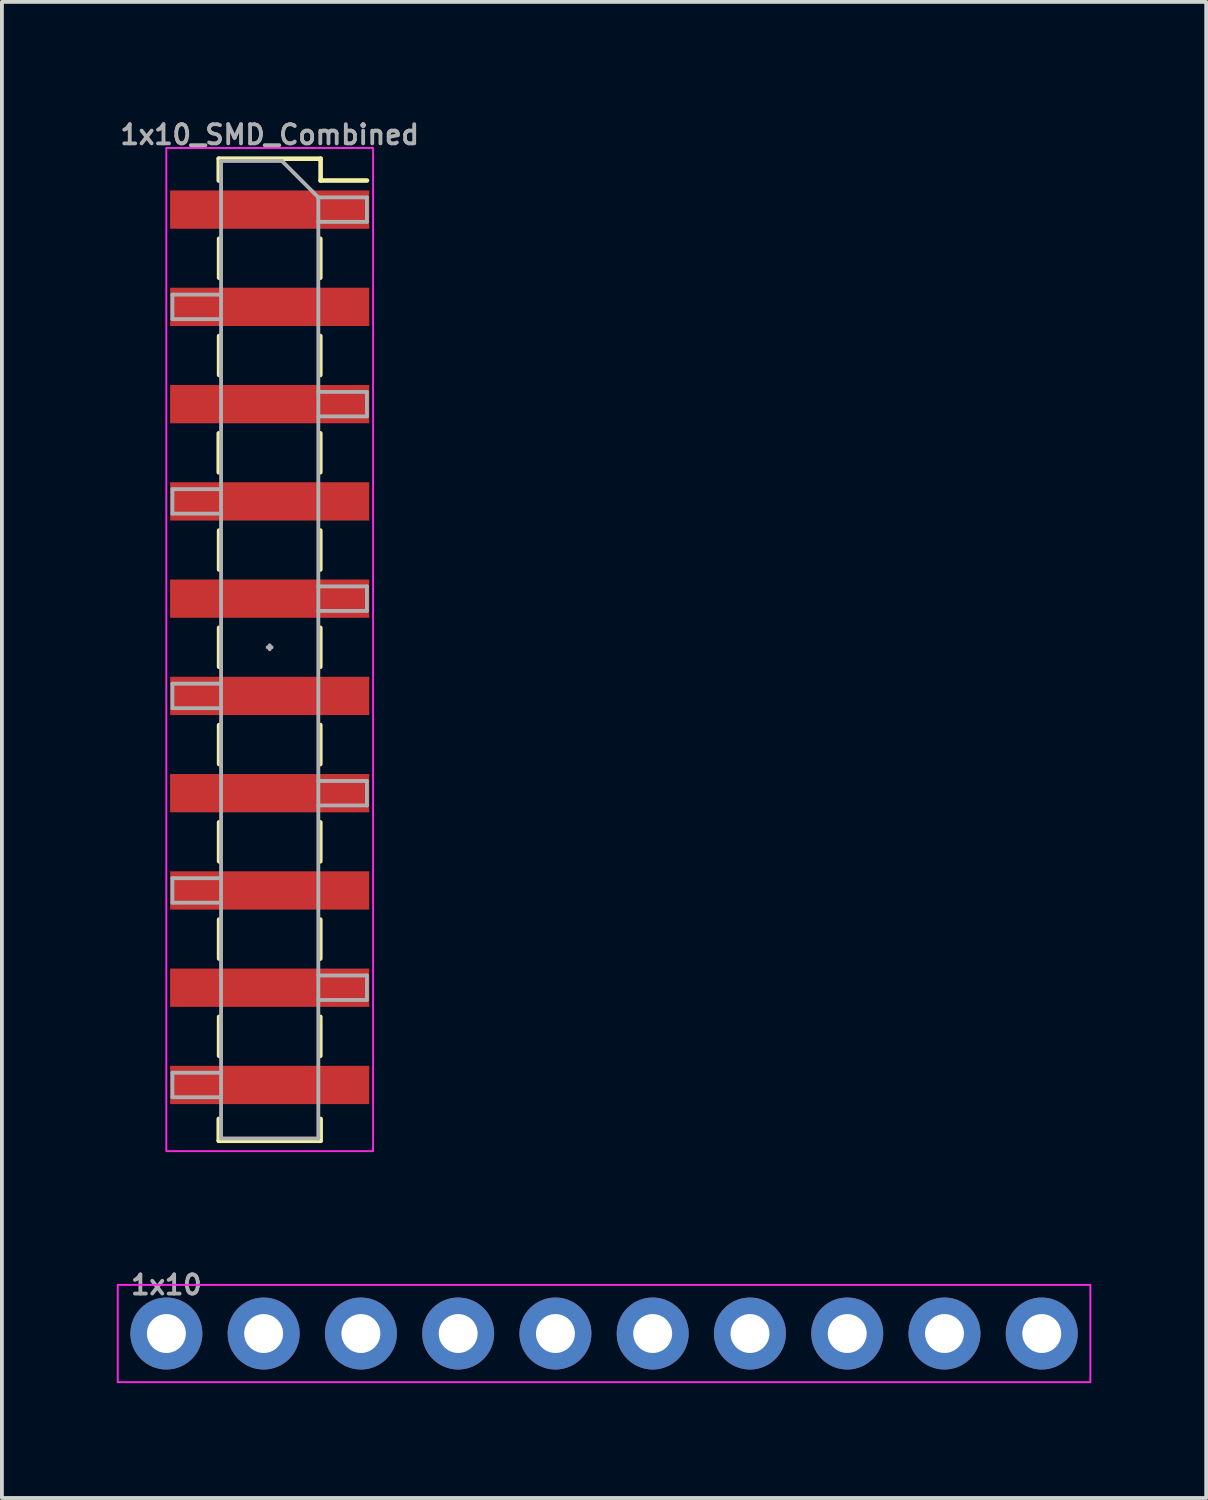
<source format=kicad_pcb>
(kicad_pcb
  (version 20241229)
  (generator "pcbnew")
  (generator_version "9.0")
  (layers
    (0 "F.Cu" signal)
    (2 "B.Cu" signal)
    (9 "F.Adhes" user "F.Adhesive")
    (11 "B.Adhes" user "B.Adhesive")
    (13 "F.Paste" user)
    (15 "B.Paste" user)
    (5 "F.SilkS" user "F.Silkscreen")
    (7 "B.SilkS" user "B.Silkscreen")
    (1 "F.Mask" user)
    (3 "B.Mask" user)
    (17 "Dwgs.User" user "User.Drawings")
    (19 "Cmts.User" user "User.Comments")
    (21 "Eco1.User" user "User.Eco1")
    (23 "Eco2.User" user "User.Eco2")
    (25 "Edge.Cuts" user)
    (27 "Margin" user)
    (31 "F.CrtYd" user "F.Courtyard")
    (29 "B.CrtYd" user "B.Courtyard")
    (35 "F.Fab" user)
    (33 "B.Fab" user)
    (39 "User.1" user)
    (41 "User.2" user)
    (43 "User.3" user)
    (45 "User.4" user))
  (footprint "1x10"
    (layer "F.Cu")
    (at 1.295 31.775)
    (property "Reference" "1x10" (at 0 -1.27 0) (layer "F.Fab") (effects (font (size 0.5 0.5) (thickness 0.1))))
    (fp_rect (start -1.27 -1.27) (end 24.13 1.27) (stroke (width 0.05) (type default)) (fill no) (layer "F.CrtYd"))
    (fp_poly (pts (xy -0.254 0.254) (xy 0.254 0.254) (xy 0.254 -0.254) (xy -0.254 -0.254)) (stroke (width 0.1) (type default)) (fill no) (layer "F.Fab"))
    (fp_poly (pts (xy 2.286 0.254) (xy 2.794 0.254) (xy 2.794 -0.254) (xy 2.286 -0.254)) (stroke (width 0.1) (type default)) (fill no) (layer "F.Fab"))
    (fp_poly (pts (xy 4.826 0.254) (xy 5.334 0.254) (xy 5.334 -0.254) (xy 4.826 -0.254)) (stroke (width 0.1) (type default)) (fill no) (layer "F.Fab"))
    (fp_poly (pts (xy 7.366 0.254) (xy 7.874 0.254) (xy 7.874 -0.254) (xy 7.366 -0.254)) (stroke (width 0.1) (type default)) (fill no) (layer "F.Fab"))
    (fp_poly (pts (xy 9.906 0.254) (xy 10.414 0.254) (xy 10.414 -0.254) (xy 9.906 -0.254)) (stroke (width 0.1) (type default)) (fill no) (layer "F.Fab"))
    (fp_poly (pts (xy 12.446 0.254) (xy 12.954 0.254) (xy 12.954 -0.254) (xy 12.446 -0.254)) (stroke (width 0.1) (type default)) (fill no) (layer "F.Fab"))
    (fp_poly (pts (xy 14.986 0.254) (xy 15.494 0.254) (xy 15.494 -0.254) (xy 14.986 -0.254)) (stroke (width 0.1) (type default)) (fill no) (layer "F.Fab"))
    (fp_poly (pts (xy 17.526 0.254) (xy 18.034 0.254) (xy 18.034 -0.254) (xy 17.526 -0.254)) (stroke (width 0.1) (type default)) (fill no) (layer "F.Fab"))
    (fp_poly (pts (xy 20.066 0.254) (xy 20.574 0.254) (xy 20.574 -0.254) (xy 20.066 -0.254)) (stroke (width 0.1) (type default)) (fill no) (layer "F.Fab"))
    (fp_poly (pts (xy 22.606 0.254) (xy 23.114 0.254) (xy 23.114 -0.254) (xy 22.606 -0.254)) (stroke (width 0.1) (type default)) (fill no) (layer "F.Fab"))
    (pad "1" thru_hole circle (at 0 0 90) (size 1.88 1.88) (drill 1.016) (layers "*.Cu" "*.Mask"))
    (pad "2" thru_hole circle (at 2.54 0 90) (size 1.88 1.88) (drill 1.016) (layers "*.Cu" "*.Mask"))
    (pad "3" thru_hole circle (at 5.08 0 90) (size 1.88 1.88) (drill 1.016) (layers "*.Cu" "*.Mask"))
    (pad "4" thru_hole circle (at 7.62 0 90) (size 1.88 1.88) (drill 1.016) (layers "*.Cu" "*.Mask"))
    (pad "5" thru_hole circle (at 10.16 0 90) (size 1.88 1.88) (drill 1.016) (layers "*.Cu" "*.Mask"))
    (pad "6" thru_hole circle (at 12.7 0 90) (size 1.88 1.88) (drill 1.016) (layers "*.Cu" "*.Mask"))
    (pad "7" thru_hole circle (at 15.24 0 90) (size 1.88 1.88) (drill 1.016) (layers "*.Cu" "*.Mask"))
    (pad "8" thru_hole circle (at 17.78 0 90) (size 1.88 1.88) (drill 1.016) (layers "*.Cu" "*.Mask"))
    (pad "9" thru_hole circle (at 20.32 0 90) (size 1.88 1.88) (drill 1.016) (layers "*.Cu" "*.Mask"))
    (pad "10" thru_hole circle (at 22.86 0 90) (size 1.88 1.88) (drill 1.016) (layers "*.Cu" "*.Mask")))
  (footprint "1x10_SMD_Combined"
    (layer "F.Cu")
    (at 3.993 13.854)
    (property "Reference" "1x10_SMD_Combined" (at 0 -13.386 0) (layer "F.Fab") (effects (font (size 0.5 0.5) (thickness 0.1))))
    (attr smd)
    (fp_rect (start -2.6 -11.93) (end -0.6 -10.93) (stroke (width 0) (type solid)) (fill yes) (layer "F.Mask"))
    (fp_rect (start -2.6 -9.39) (end -0.6 -8.39) (stroke (width 0) (type solid)) (fill yes) (layer "F.Mask"))
    (fp_rect (start -2.6 -6.85) (end -0.6 -5.85) (stroke (width 0) (type solid)) (fill yes) (layer "F.Mask"))
    (fp_rect (start -2.6 -4.31) (end -0.6 -3.31) (stroke (width 0) (type solid)) (fill yes) (layer "F.Mask"))
    (fp_rect (start -2.6 -1.77) (end -0.6 -0.77) (stroke (width 0) (type solid)) (fill yes) (layer "F.Mask"))
    (fp_rect (start -2.6 0.77) (end -0.6 1.77) (stroke (width 0) (type solid)) (fill yes) (layer "F.Mask"))
    (fp_rect (start -2.6 3.31) (end -0.6 4.31) (stroke (width 0) (type solid)) (fill yes) (layer "F.Mask"))
    (fp_rect (start -2.6 5.85) (end -0.6 6.85) (stroke (width 0) (type solid)) (fill yes) (layer "F.Mask"))
    (fp_rect (start -2.6 8.39) (end -0.6 9.39) (stroke (width 0) (type solid)) (fill yes) (layer "F.Mask"))
    (fp_rect (start -2.6 10.93) (end -0.6 11.93) (stroke (width 0) (type solid)) (fill yes) (layer "F.Mask"))
    (fp_rect (start 0.6 -11.93) (end 2.6 -10.93) (stroke (width 0) (type solid)) (fill yes) (layer "F.Mask"))
    (fp_rect (start 0.6 -9.39) (end 2.6 -8.39) (stroke (width 0) (type solid)) (fill yes) (layer "F.Mask"))
    (fp_rect (start 0.6 -6.85) (end 2.6 -5.85) (stroke (width 0) (type solid)) (fill yes) (layer "F.Mask"))
    (fp_rect (start 0.6 -4.31) (end 2.6 -3.31) (stroke (width 0) (type solid)) (fill yes) (layer "F.Mask"))
    (fp_rect (start 0.6 -1.77) (end 2.6 -0.77) (stroke (width 0) (type solid)) (fill yes) (layer "F.Mask"))
    (fp_rect (start 0.6 0.77) (end 2.6 1.77) (stroke (width 0) (type solid)) (fill yes) (layer "F.Mask"))
    (fp_rect (start 0.6 3.31) (end 2.6 4.31) (stroke (width 0) (type solid)) (fill yes) (layer "F.Mask"))
    (fp_rect (start 0.6 5.85) (end 2.6 6.85) (stroke (width 0) (type solid)) (fill yes) (layer "F.Mask"))
    (fp_rect (start 0.6 8.39) (end 2.6 9.39) (stroke (width 0) (type solid)) (fill yes) (layer "F.Mask"))
    (fp_rect (start 0.6 10.93) (end 2.6 11.93) (stroke (width 0) (type solid)) (fill yes) (layer "F.Mask"))
    (fp_line (start -1.33 -12.76) (end -1.33 -12.19) (stroke (width 0.12) (type solid)) (layer "F.SilkS"))
    (fp_line (start -1.33 -12.76) (end 1.33 -12.76) (stroke (width 0.12) (type solid)) (layer "F.SilkS"))
    (fp_line (start -1.33 -5.588) (end -1.33 -4.57) (stroke (width 0.12) (type solid)) (layer "F.SilkS"))
    (fp_line (start -1.33 12.317) (end -1.33 12.887) (stroke (width 0.12) (type solid)) (layer "F.SilkS"))
    (fp_line (start -1.33 12.887) (end 1.33 12.887) (stroke (width 0.12) (type solid)) (layer "F.SilkS"))
    (fp_line (start -1.321 -10.669) (end -1.321 -9.651) (stroke (width 0.12) (type solid)) (layer "F.SilkS"))
    (fp_line (start -1.321 -8.129) (end -1.321 -7.111) (stroke (width 0.12) (type solid)) (layer "F.SilkS"))
    (fp_line (start -1.321 -3.049) (end -1.321 -2.031) (stroke (width 0.12) (type solid)) (layer "F.SilkS"))
    (fp_line (start -1.321 -0.509) (end -1.321 0.509) (stroke (width 0.12) (type solid)) (layer "F.SilkS"))
    (fp_line (start -1.321 2.031) (end -1.321 3.049) (stroke (width 0.12) (type solid)) (layer "F.SilkS"))
    (fp_line (start -1.321 4.571) (end -1.321 5.589) (stroke (width 0.12) (type solid)) (layer "F.SilkS"))
    (fp_line (start -1.321 7.111) (end -1.321 8.129) (stroke (width 0.12) (type solid)) (layer "F.SilkS"))
    (fp_line (start -1.321 9.651) (end -1.321 10.669) (stroke (width 0.12) (type solid)) (layer "F.SilkS"))
    (fp_line (start 1.321 -10.669) (end 1.321 -9.651) (stroke (width 0.12) (type solid)) (layer "F.SilkS"))
    (fp_line (start 1.321 -8.129) (end 1.321 -7.111) (stroke (width 0.12) (type solid)) (layer "F.SilkS"))
    (fp_line (start 1.321 -5.589) (end 1.321 -4.571) (stroke (width 0.12) (type solid)) (layer "F.SilkS"))
    (fp_line (start 1.321 -3.049) (end 1.321 -2.031) (stroke (width 0.12) (type solid)) (layer "F.SilkS"))
    (fp_line (start 1.321 -0.509) (end 1.321 0.509) (stroke (width 0.12) (type solid)) (layer "F.SilkS"))
    (fp_line (start 1.321 2.031) (end 1.321 3.049) (stroke (width 0.12) (type solid)) (layer "F.SilkS"))
    (fp_line (start 1.321 4.571) (end 1.321 5.589) (stroke (width 0.12) (type solid)) (layer "F.SilkS"))
    (fp_line (start 1.321 7.111) (end 1.321 8.129) (stroke (width 0.12) (type solid)) (layer "F.SilkS"))
    (fp_line (start 1.321 9.651) (end 1.321 10.669) (stroke (width 0.12) (type solid)) (layer "F.SilkS"))
    (fp_line (start 1.33 -12.76) (end 1.33 -12.19) (stroke (width 0.12) (type solid)) (layer "F.SilkS"))
    (fp_line (start 1.33 -12.19) (end 2.54 -12.19) (stroke (width 0.12) (type solid)) (layer "F.SilkS"))
    (fp_line (start 1.33 12.317) (end 1.33 12.887) (stroke (width 0.12) (type solid)) (layer "F.SilkS"))
    (fp_rect (start -2.6 -11.93) (end -0.6 -10.93) (stroke (width 0) (type solid)) (fill yes) (layer "F.Paste"))
    (fp_rect (start -2.6 -9.39) (end -0.6 -8.39) (stroke (width 0) (type solid)) (fill yes) (layer "F.Paste"))
    (fp_rect (start -2.6 -6.85) (end -0.6 -5.85) (stroke (width 0) (type solid)) (fill yes) (layer "F.Paste"))
    (fp_rect (start -2.6 -4.31) (end -0.6 -3.31) (stroke (width 0) (type solid)) (fill yes) (layer "F.Paste"))
    (fp_rect (start -2.6 -1.77) (end -0.6 -0.77) (stroke (width 0) (type solid)) (fill yes) (layer "F.Paste"))
    (fp_rect (start -2.6 0.77) (end -0.6 1.77) (stroke (width 0) (type solid)) (fill yes) (layer "F.Paste"))
    (fp_rect (start -2.6 3.31) (end -0.6 4.31) (stroke (width 0) (type solid)) (fill yes) (layer "F.Paste"))
    (fp_rect (start -2.6 5.85) (end -0.6 6.85) (stroke (width 0) (type solid)) (fill yes) (layer "F.Paste"))
    (fp_rect (start -2.6 8.39) (end -0.6 9.39) (stroke (width 0) (type solid)) (fill yes) (layer "F.Paste"))
    (fp_rect (start -2.6 10.93) (end -0.6 11.93) (stroke (width 0) (type solid)) (fill yes) (layer "F.Paste"))
    (fp_rect (start 0.6 -11.93) (end 2.6 -10.93) (stroke (width 0) (type solid)) (fill yes) (layer "F.Paste"))
    (fp_rect (start 0.6 -9.39) (end 2.6 -8.39) (stroke (width 0) (type solid)) (fill yes) (layer "F.Paste"))
    (fp_rect (start 0.6 -6.85) (end 2.6 -5.85) (stroke (width 0) (type solid)) (fill yes) (layer "F.Paste"))
    (fp_rect (start 0.6 -4.31) (end 2.6 -3.31) (stroke (width 0) (type solid)) (fill yes) (layer "F.Paste"))
    (fp_rect (start 0.6 -1.77) (end 2.6 -0.77) (stroke (width 0) (type solid)) (fill yes) (layer "F.Paste"))
    (fp_rect (start 0.6 0.77) (end 2.6 1.77) (stroke (width 0) (type solid)) (fill yes) (layer "F.Paste"))
    (fp_rect (start 0.6 3.31) (end 2.6 4.31) (stroke (width 0) (type solid)) (fill yes) (layer "F.Paste"))
    (fp_rect (start 0.6 5.85) (end 2.6 6.85) (stroke (width 0) (type solid)) (fill yes) (layer "F.Paste"))
    (fp_rect (start 0.6 8.39) (end 2.6 9.39) (stroke (width 0) (type solid)) (fill yes) (layer "F.Paste"))
    (fp_rect (start 0.6 10.93) (end 2.6 11.93) (stroke (width 0) (type solid)) (fill yes) (layer "F.Paste"))
    (fp_rect (start -2.7 -13.04) (end 2.7 13.158) (stroke (width 0.05) (type default)) (fill no) (layer "F.CrtYd"))
    (fp_line (start -2.54 -9.21) (end -2.54 -8.57) (stroke (width 0.1) (type solid)) (layer "F.Fab"))
    (fp_line (start -2.54 -8.57) (end -1.27 -8.57) (stroke (width 0.1) (type solid)) (layer "F.Fab"))
    (fp_line (start -2.54 -4.13) (end -2.54 -3.49) (stroke (width 0.1) (type solid)) (layer "F.Fab"))
    (fp_line (start -2.54 -3.49) (end -1.27 -3.49) (stroke (width 0.1) (type solid)) (layer "F.Fab"))
    (fp_line (start -2.54 0.95) (end -2.54 1.59) (stroke (width 0.1) (type solid)) (layer "F.Fab"))
    (fp_line (start -2.54 1.59) (end -1.27 1.59) (stroke (width 0.1) (type solid)) (layer "F.Fab"))
    (fp_line (start -2.54 6.03) (end -2.54 6.67) (stroke (width 0.1) (type solid)) (layer "F.Fab"))
    (fp_line (start -2.54 6.67) (end -1.27 6.67) (stroke (width 0.1) (type solid)) (layer "F.Fab"))
    (fp_line (start -2.54 11.11) (end -2.54 11.75) (stroke (width 0.1) (type solid)) (layer "F.Fab"))
    (fp_line (start -2.54 11.75) (end -1.27 11.75) (stroke (width 0.1) (type solid)) (layer "F.Fab"))
    (fp_line (start -1.27 -12.7) (end -1.27 12.827) (stroke (width 0.1) (type solid)) (layer "F.Fab"))
    (fp_line (start -1.27 -12.7) (end 0.32 -12.7) (stroke (width 0.1) (type solid)) (layer "F.Fab"))
    (fp_line (start -1.27 -9.21) (end -2.54 -9.21) (stroke (width 0.1) (type solid)) (layer "F.Fab"))
    (fp_line (start -1.27 -4.13) (end -2.54 -4.13) (stroke (width 0.1) (type solid)) (layer "F.Fab"))
    (fp_line (start -1.27 0.95) (end -2.54 0.95) (stroke (width 0.1) (type solid)) (layer "F.Fab"))
    (fp_line (start -1.27 6.03) (end -2.54 6.03) (stroke (width 0.1) (type solid)) (layer "F.Fab"))
    (fp_line (start -1.27 11.11) (end -2.54 11.11) (stroke (width 0.1) (type solid)) (layer "F.Fab"))
    (fp_line (start 0 -0.051) (end 0 0.051) (stroke (width 0.1) (type default)) (layer "F.Fab"))
    (fp_line (start 0.051 0) (end -0.051 0) (stroke (width 0.1) (type default)) (layer "F.Fab"))
    (fp_line (start 1.27 -11.75) (end 0.32 -12.7) (stroke (width 0.1) (type solid)) (layer "F.Fab"))
    (fp_line (start 1.27 -11.75) (end 2.54 -11.75) (stroke (width 0.1) (type solid)) (layer "F.Fab"))
    (fp_line (start 1.27 -6.67) (end 2.54 -6.67) (stroke (width 0.1) (type solid)) (layer "F.Fab"))
    (fp_line (start 1.27 -1.59) (end 2.54 -1.59) (stroke (width 0.1) (type solid)) (layer "F.Fab"))
    (fp_line (start 1.27 3.49) (end 2.54 3.49) (stroke (width 0.1) (type solid)) (layer "F.Fab"))
    (fp_line (start 1.27 8.57) (end 2.54 8.57) (stroke (width 0.1) (type solid)) (layer "F.Fab"))
    (fp_line (start 1.27 12.827) (end -1.27 12.827) (stroke (width 0.1) (type solid)) (layer "F.Fab"))
    (fp_line (start 1.27 12.827) (end 1.27 -11.75) (stroke (width 0.1) (type solid)) (layer "F.Fab"))
    (fp_line (start 2.54 -11.75) (end 2.54 -11.11) (stroke (width 0.1) (type solid)) (layer "F.Fab"))
    (fp_line (start 2.54 -11.11) (end 1.27 -11.11) (stroke (width 0.1) (type solid)) (layer "F.Fab"))
    (fp_line (start 2.54 -6.67) (end 2.54 -6.03) (stroke (width 0.1) (type solid)) (layer "F.Fab"))
    (fp_line (start 2.54 -6.03) (end 1.27 -6.03) (stroke (width 0.1) (type solid)) (layer "F.Fab"))
    (fp_line (start 2.54 -1.59) (end 2.54 -0.95) (stroke (width 0.1) (type solid)) (layer "F.Fab"))
    (fp_line (start 2.54 -0.95) (end 1.27 -0.95) (stroke (width 0.1) (type solid)) (layer "F.Fab"))
    (fp_line (start 2.54 3.49) (end 2.54 4.13) (stroke (width 0.1) (type solid)) (layer "F.Fab"))
    (fp_line (start 2.54 4.13) (end 1.27 4.13) (stroke (width 0.1) (type solid)) (layer "F.Fab"))
    (fp_line (start 2.54 8.57) (end 2.54 9.21) (stroke (width 0.1) (type solid)) (layer "F.Fab"))
    (fp_line (start 2.54 9.21) (end 1.27 9.21) (stroke (width 0.1) (type solid)) (layer "F.Fab"))
    (pad "1" smd rect (at 0 -11.43) (size 5.2 1) (layers "F.Cu"))
    (pad "2" smd rect (at 0 -8.89) (size 5.2 1) (layers "F.Cu"))
    (pad "3" smd rect (at 0 -6.35) (size 5.2 1) (layers "F.Cu"))
    (pad "4" smd rect (at 0 -3.81) (size 5.2 1) (layers "F.Cu"))
    (pad "5" smd rect (at 0 -1.27) (size 5.2 1) (layers "F.Cu"))
    (pad "6" smd rect (at 0 1.27) (size 5.2 1) (layers "F.Cu"))
    (pad "7" smd rect (at 0 3.81) (size 5.2 1) (layers "F.Cu"))
    (pad "8" smd rect (at 0 6.35) (size 5.2 1) (layers "F.Cu"))
    (pad "9" smd rect (at 0 8.89) (size 5.2 1) (layers "F.Cu"))
    (pad "10" smd rect (at 0 11.43) (size 5.2 1) (layers "F.Cu")))
  (gr_rect
    (start -3 -3)
    (end 28.45 36.07)
    (stroke (width 0.1) (type default))
    (fill no)
    (layer "Edge.Cuts")))
</source>
